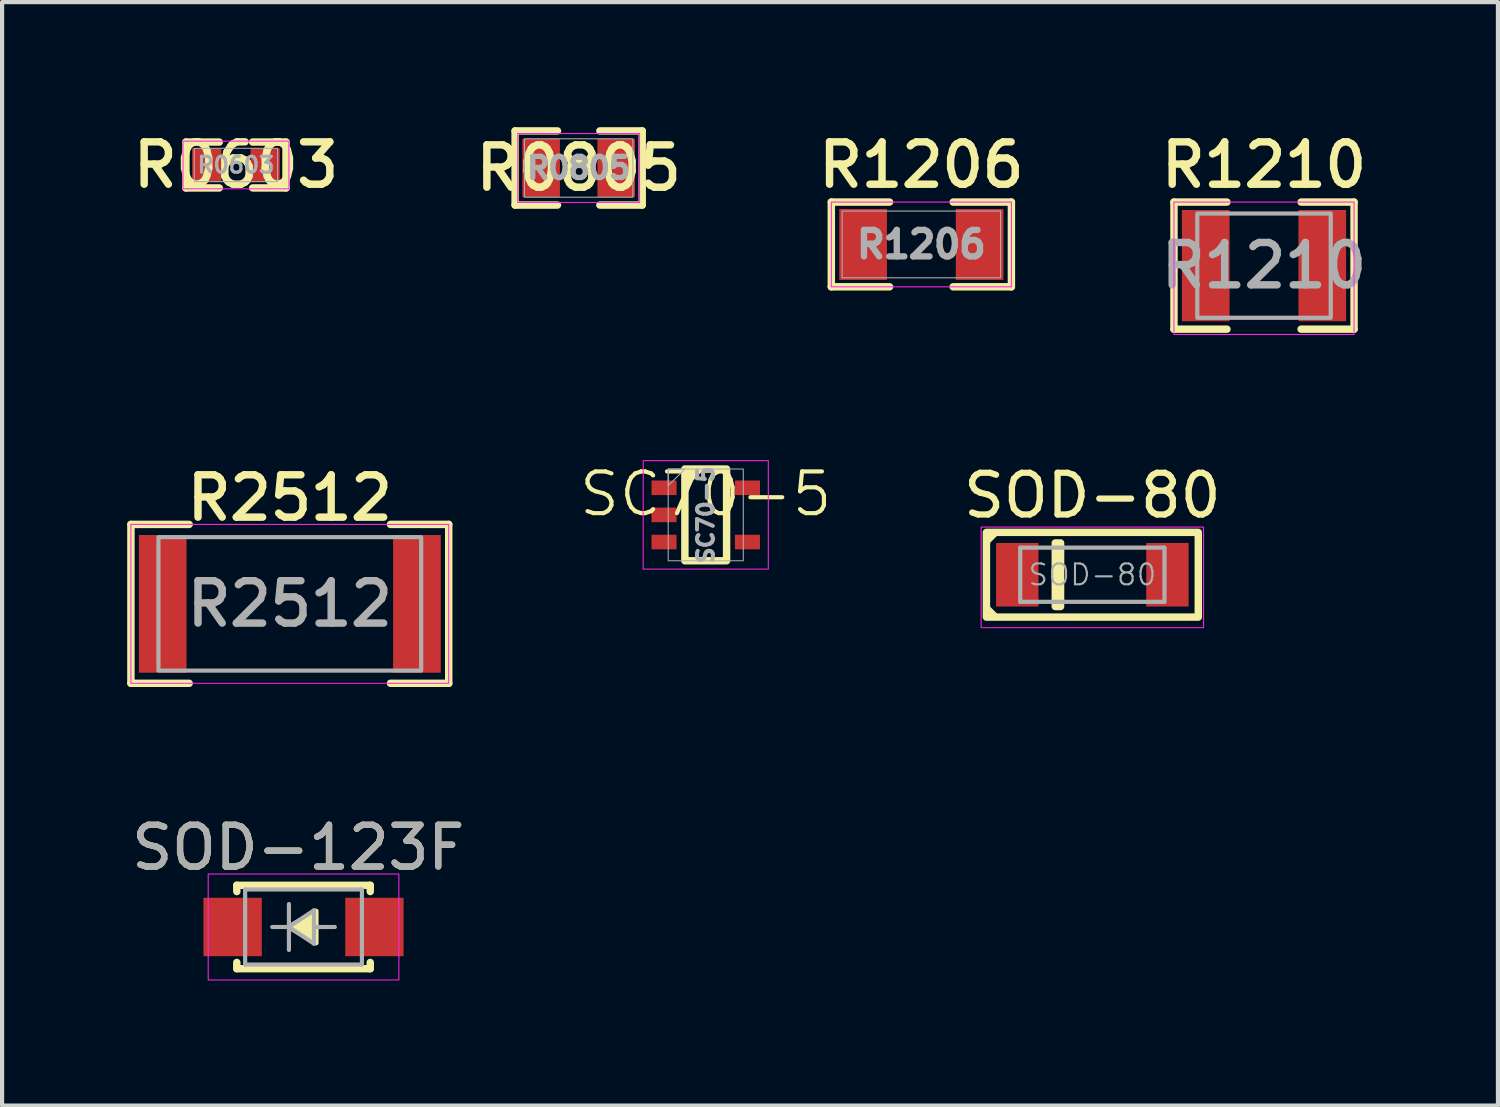
<source format=kicad_pcb>
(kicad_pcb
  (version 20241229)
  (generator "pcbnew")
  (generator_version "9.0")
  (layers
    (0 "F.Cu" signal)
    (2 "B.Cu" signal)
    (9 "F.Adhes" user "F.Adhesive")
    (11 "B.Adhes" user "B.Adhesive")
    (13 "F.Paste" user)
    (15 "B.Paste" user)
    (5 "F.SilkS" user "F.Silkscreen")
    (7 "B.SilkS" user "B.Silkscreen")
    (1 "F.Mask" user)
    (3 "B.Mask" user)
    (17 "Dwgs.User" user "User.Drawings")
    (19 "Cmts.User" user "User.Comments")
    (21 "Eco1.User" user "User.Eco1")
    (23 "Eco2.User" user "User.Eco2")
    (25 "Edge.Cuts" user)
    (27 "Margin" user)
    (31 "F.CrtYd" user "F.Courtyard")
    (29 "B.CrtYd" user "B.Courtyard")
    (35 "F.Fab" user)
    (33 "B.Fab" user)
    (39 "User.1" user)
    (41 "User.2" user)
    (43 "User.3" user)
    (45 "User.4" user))
  (footprint "SOD-123F"
    (layer "F.Cu")
    (at 4.228 19.177)
    (property "Reference" "SOD-123F" (at -0.127 -1.905 0) (layer "F.SilkS") (effects (font (size 1 1) (thickness 0.15))))
    (attr smd)
    (fp_line (start -1.6 -1) (end 1.6 -1) (stroke (width 0.178) (type solid)) (layer "F.SilkS"))
    (fp_line (start -1.6 -0.85) (end -1.6 -1) (stroke (width 0.178) (type solid)) (layer "F.SilkS"))
    (fp_line (start -1.6 1) (end -1.6 0.85) (stroke (width 0.178) (type solid)) (layer "F.SilkS"))
    (fp_line (start 1.6 -1) (end 1.6 -0.85) (stroke (width 0.178) (type solid)) (layer "F.SilkS"))
    (fp_line (start 1.6 0.85) (end 1.6 1) (stroke (width 0.178) (type solid)) (layer "F.SilkS"))
    (fp_line (start 1.6 1) (end -1.6 1) (stroke (width 0.178) (type solid)) (layer "F.SilkS"))
    (fp_poly (pts (xy 0.3 0.381) (xy -0.354 0) (xy 0.3 -0.381)) (stroke (width 0.12) (type solid)) (fill yes) (layer "F.SilkS"))
    (fp_rect (start -2.286 1.27) (end 2.286 -1.27) (stroke (width 0.025) (type solid)) (fill no) (layer "F.CrtYd"))
    (fp_line (start -1.4 -0.9) (end 1.4 -0.9) (stroke (width 0.1) (type solid)) (layer "F.Fab"))
    (fp_line (start -1.4 0.9) (end -1.4 -0.9) (stroke (width 0.1) (type solid)) (layer "F.Fab"))
    (fp_line (start -0.75 0) (end -0.35 0) (stroke (width 0.1) (type solid)) (layer "F.Fab"))
    (fp_line (start -0.35 0) (end -0.35 -0.55) (stroke (width 0.1) (type solid)) (layer "F.Fab"))
    (fp_line (start -0.35 0) (end -0.35 0.55) (stroke (width 0.1) (type solid)) (layer "F.Fab"))
    (fp_line (start -0.35 0) (end 0.25 -0.4) (stroke (width 0.1) (type solid)) (layer "F.Fab"))
    (fp_line (start 0.25 -0.4) (end 0.25 0.4) (stroke (width 0.1) (type solid)) (layer "F.Fab"))
    (fp_line (start 0.25 0) (end 0.75 0) (stroke (width 0.1) (type solid)) (layer "F.Fab"))
    (fp_line (start 0.25 0.4) (end -0.35 0) (stroke (width 0.1) (type solid)) (layer "F.Fab"))
    (fp_line (start 1.4 -0.9) (end 1.4 0.9) (stroke (width 0.1) (type solid)) (layer "F.Fab"))
    (fp_line (start 1.4 0.9) (end -1.4 0.9) (stroke (width 0.1) (type solid)) (layer "F.Fab"))
    (fp_text user "${REFERENCE}" (at -0.127 -1.905 0) (layer "F.Fab") (effects (font (size 1 1) (thickness 0.15))))
    (pad "A" smd rect (at 1.7 0) (size 1.4 1.4) (layers "F.Cu" "F.Mask" "F.Paste"))
    (pad "K" smd rect (at -1.7 0) (size 1.4 1.4) (layers "F.Cu" "F.Mask" "F.Paste")))
  (footprint "R0603"
    (layer "F.Cu")
    (at 2.608 0.906)
    (property "Reference" "R0603" (at 0 0 0) (layer "F.SilkS") (effects (font (size 1.016 1.016) (thickness 0.178))))
    (attr smd)
    (fp_line (start -1.2 -0.55) (end -1.2 0.55) (stroke (width 0.178) (type solid)) (layer "F.SilkS"))
    (fp_line (start -1.2 0.55) (end -0.4 0.55) (stroke (width 0.178) (type solid)) (layer "F.SilkS"))
    (fp_line (start -0.4 -0.55) (end -1.2 -0.55) (stroke (width 0.178) (type solid)) (layer "F.SilkS"))
    (fp_line (start 0.4 0.55) (end 1.2 0.55) (stroke (width 0.178) (type solid)) (layer "F.SilkS"))
    (fp_line (start 1.2 -0.55) (end 0.4 -0.55) (stroke (width 0.178) (type solid)) (layer "F.SilkS"))
    (fp_line (start 1.2 0.55) (end 1.2 -0.55) (stroke (width 0.178) (type solid)) (layer "F.SilkS"))
    (fp_rect (start -1.27 -0.572) (end 1.27 0.572) (stroke (width 0.025) (type solid)) (fill no) (layer "F.CrtYd"))
    (fp_rect (start -1 -0.4) (end 1 0.4) (stroke (width 0.025) (type solid)) (fill no) (layer "F.Fab"))
    (fp_text user "${REFERENCE}" (at 0 0 0) (layer "F.Fab") (effects (font (size 0.381 0.381) (thickness 0.076) (bold yes))))
    (pad "1" smd rect (at -0.7 0) (size 0.7 0.8) (layers "F.Cu" "F.Mask" "F.Paste"))
    (pad "2" smd rect (at 0.7 0) (size 0.7 0.8) (layers "F.Cu" "F.Mask" "F.Paste"))
    (zone (net_name "") (layer "F.Cu") (hatch edge 0.5) (connect_pads) (min_thickness 0.25) (filled_areas_thickness no) (keepout (tracks allowed) (vias allowed) (pads allowed) (copperpour not_allowed) (footprints allowed)) (placement (enabled no)) (fill) (polygon (pts (xy 2.408 0.406) (xy 2.408 1.406) (xy 2.808 1.406) (xy 2.808 0.406)))))
  (footprint "R2512"
    (layer "F.Cu")
    (at 3.899 11.429)
    (property "Reference" "R2512" (at 0 -2.54 0) (unlocked yes) (layer "F.SilkS") (effects (font (size 1.016 1.016) (thickness 0.178))))
    (attr smd)
    (fp_line (start -3.81 -1.905) (end -2.413 -1.905) (stroke (width 0.178) (type solid)) (layer "F.SilkS"))
    (fp_line (start -3.81 1.905) (end -3.81 -1.905) (stroke (width 0.178) (type solid)) (layer "F.SilkS"))
    (fp_line (start -3.81 1.905) (end -2.413 1.905) (stroke (width 0.178) (type solid)) (layer "F.SilkS"))
    (fp_line (start 2.413 -1.905) (end 3.81 -1.905) (stroke (width 0.178) (type solid)) (layer "F.SilkS"))
    (fp_line (start 2.413 1.905) (end 3.81 1.905) (stroke (width 0.178) (type solid)) (layer "F.SilkS"))
    (fp_line (start 3.81 1.905) (end 3.81 -1.905) (stroke (width 0.178) (type solid)) (layer "F.SilkS"))
    (fp_rect (start -3.81 1.905) (end 3.81 -1.905) (stroke (width 0.025) (type solid)) (fill no) (layer "F.CrtYd"))
    (fp_rect (start -3.15 -1.6) (end 3.15 1.6) (stroke (width 0.1) (type solid)) (fill no) (layer "F.Fab"))
    (fp_text user "${REFERENCE}" (at 0 0 0) (unlocked yes) (layer "F.Fab") (effects (font (size 1.016 1.016) (thickness 0.178))))
    (pad "1" smd rect (at -3.048 0) (size 1.143 3.302) (layers "F.Cu" "F.Mask" "F.Paste"))
    (pad "2" smd rect (at 3.048 0) (size 1.143 3.302) (layers "F.Cu" "F.Mask" "F.Paste")))
  (footprint "R1210"
    (layer "F.Cu")
    (at 27.258 3.319)
    (property "Reference" "R1210" (at 0 -2.413 0) (layer "F.SilkS") (effects (font (size 1.016 1.016) (thickness 0.178))))
    (attr smd)
    (fp_line (start -2.159 -1.524) (end -0.889 -1.524) (stroke (width 0.178) (type solid)) (layer "F.SilkS"))
    (fp_line (start -2.159 1.524) (end -2.159 -1.524) (stroke (width 0.178) (type solid)) (layer "F.SilkS"))
    (fp_line (start -2.159 1.524) (end -0.889 1.524) (stroke (width 0.178) (type solid)) (layer "F.SilkS"))
    (fp_line (start 0.889 -1.524) (end 2.159 -1.524) (stroke (width 0.178) (type solid)) (layer "F.SilkS"))
    (fp_line (start 0.889 1.524) (end 2.159 1.524) (stroke (width 0.178) (type solid)) (layer "F.SilkS"))
    (fp_line (start 2.159 1.524) (end 2.159 -1.524) (stroke (width 0.178) (type solid)) (layer "F.SilkS"))
    (fp_rect (start -2.159 -1.524) (end 2.159 1.651) (stroke (width 0.025) (type solid)) (fill no) (layer "F.CrtYd"))
    (fp_rect (start -1.6 -1.25) (end 1.6 1.25) (stroke (width 0.1) (type solid)) (fill no) (layer "F.Fab"))
    (fp_text user "${REFERENCE}" (at 0 0 0) (layer "F.Fab") (effects (font (size 1.016 1.016) (thickness 0.178))))
    (pad "1" smd rect (at -1.397 0) (size 1.143 2.667) (layers "F.Cu" "F.Mask" "F.Paste"))
    (pad "2" smd rect (at 1.397 0) (size 1.143 2.667) (layers "F.Cu" "F.Mask" "F.Paste")))
  (footprint "R0805"
    (layer "F.Cu")
    (at 10.825 0.978)
    (property "Reference" "R0805" (at 0 0 0) (layer "F.SilkS") (effects (font (size 1.016 1.016) (thickness 0.178))))
    (attr smd)
    (fp_line (start -1.524 -0.889) (end -1.524 0.889) (stroke (width 0.178) (type solid)) (layer "F.SilkS"))
    (fp_line (start -1.524 -0.889) (end -0.508 -0.889) (stroke (width 0.178) (type solid)) (layer "F.SilkS"))
    (fp_line (start -1.524 0.889) (end -0.508 0.889) (stroke (width 0.178) (type solid)) (layer "F.SilkS"))
    (fp_line (start 0.508 -0.889) (end 1.524 -0.889) (stroke (width 0.178) (type solid)) (layer "F.SilkS"))
    (fp_line (start 0.508 0.889) (end 1.524 0.889) (stroke (width 0.178) (type solid)) (layer "F.SilkS"))
    (fp_line (start 1.524 -0.889) (end 1.524 0.889) (stroke (width 0.178) (type solid)) (layer "F.SilkS"))
    (fp_rect (start -1.46 -0.826) (end 1.46 0.826) (stroke (width 0.025) (type solid)) (fill no) (layer "F.CrtYd"))
    (fp_rect (start -1.3 -0.7) (end 1.3 0.7) (stroke (width 0.025) (type solid)) (fill no) (layer "F.Fab"))
    (fp_text user "${REFERENCE}" (at 0 0 0) (layer "F.Fab") (effects (font (size 0.508 0.508) (thickness 0.127))))
    (pad "1" smd rect (at -0.9 0) (size 0.9 1.4) (layers "F.Cu" "F.Mask" "F.Paste"))
    (pad "2" smd rect (at 0.9 0) (size 0.9 1.4) (layers "F.Cu" "F.Mask" "F.Paste"))
    (zone (net_name "") (layer "F.Cu") (hatch full 0.5) (connect_pads) (min_thickness 0.25) (filled_areas_thickness no) (keepout (tracks allowed) (vias allowed) (pads allowed) (copperpour not_allowed) (footprints allowed)) (placement (enabled no)) (fill) (polygon (pts (xy 10.625 0.278) (xy 10.625 1.678) (xy 11.025 1.678) (xy 11.025 0.278)))))
  (footprint "R1206"
    (layer "F.Cu")
    (at 19.042 2.811)
    (property "Reference" "R1206" (at 0 -1.905 0) (layer "F.SilkS") (effects (font (size 1.016 1.016) (thickness 0.178))))
    (attr smd exclude_from_pos_files)
    (fp_line (start -2.159 -1.016) (end -2.159 1.016) (stroke (width 0.178) (type solid)) (layer "F.SilkS"))
    (fp_line (start -0.762 -1.016) (end -2.159 -1.016) (stroke (width 0.178) (type solid)) (layer "F.SilkS"))
    (fp_line (start -0.762 1.016) (end -2.159 1.016) (stroke (width 0.178) (type solid)) (layer "F.SilkS"))
    (fp_line (start 2.159 -1.016) (end 0.762 -1.016) (stroke (width 0.178) (type solid)) (layer "F.SilkS"))
    (fp_line (start 2.159 -1.016) (end 2.159 1.016) (stroke (width 0.178) (type solid)) (layer "F.SilkS"))
    (fp_line (start 2.159 1.016) (end 0.762 1.016) (stroke (width 0.178) (type solid)) (layer "F.SilkS"))
    (fp_rect (start -2.159 -1.016) (end 2.159 1.016) (stroke (width 0.025) (type solid)) (fill no) (layer "F.CrtYd"))
    (fp_rect (start -1.9 -0.8) (end 1.9 0.8) (stroke (width 0.025) (type solid)) (fill no) (layer "F.Fab"))
    (fp_text user "${REFERENCE}" (at 0 0 0) (layer "F.Fab") (effects (font (size 0.635 0.635) (thickness 0.152) (bold yes))))
    (pad "1" smd rect (at -1.397 0) (size 1.143 1.702) (layers "F.Cu" "F.Mask" "F.Paste"))
    (pad "2" smd rect (at 1.397 0) (size 1.143 1.702) (layers "F.Cu" "F.Mask" "F.Paste")))
  (footprint "SC70-5"
    (layer "F.Cu")
    (at 13.872 9.296)
    (property "Reference" "SC70-5" (at 0 -0.5 0) (unlocked yes) (layer "F.SilkS") (effects (font (size 1 1) (thickness 0.1))))
    (attr smd)
    (fp_rect (start -0.5 -1.1) (end 0.5 1.1) (stroke (width 0.178) (type default)) (fill no) (layer "F.SilkS"))
    (fp_poly (pts (xy -0.5 -1.1) (xy -0.5 -0.7) (xy -0.1 -1.1)) (stroke (width 0.1) (type solid)) (fill yes) (layer "F.SilkS"))
    (fp_rect (start -1.5 -1.3) (end 1.5 1.3) (stroke (width 0.025) (type default)) (fill no) (layer "F.CrtYd"))
    (fp_rect (start -0.9 -1.1) (end 0.9 1.1) (stroke (width 0.025) (type solid)) (fill no) (layer "F.Fab"))
    (fp_poly (pts (xy -0.9 -1.1) (xy -0.9 -0.7) (xy -0.5 -1.1)) (stroke (width 0.025) (type solid)) (fill no) (layer "F.Fab"))
    (fp_text user "${REFERENCE}" (at 0 0 90) (unlocked yes) (layer "F.Fab") (effects (font (size 0.381 0.381) (thickness 0.095))))
    (pad "1" smd rect (at -1 -0.65) (size 0.6 0.35) (layers "F.Cu" "F.Mask" "F.Paste"))
    (pad "2" smd rect (at -1 0) (size 0.6 0.35) (layers "F.Cu" "F.Mask" "F.Paste"))
    (pad "3" smd rect (at -1 0.65) (size 0.6 0.35) (layers "F.Cu" "F.Mask" "F.Paste"))
    (pad "4" smd rect (at 1 0.65) (size 0.6 0.35) (layers "F.Cu" "F.Mask" "F.Paste"))
    (pad "5" smd rect (at 1 -0.65) (size 0.6 0.35) (layers "F.Cu" "F.Mask" "F.Paste")))
  (footprint "SOD-80"
    (layer "F.Cu")
    (at 23.142 10.731)
    (property "Reference" "SOD-80" (at 0 -1.9 0) (layer "F.SilkS") (effects (font (size 1 1) (thickness 0.15))))
    (attr smd)
    (fp_line (start -2.54 0.762) (end -2.286 1.016) (stroke (width 0.12) (type solid)) (layer "F.SilkS"))
    (fp_line (start -2.286 -1.016) (end -2.54 -0.762) (stroke (width 0.12) (type solid)) (layer "F.SilkS"))
    (fp_rect (start -2.54 1.016) (end 2.54 -1.016) (stroke (width 0.178) (type solid)) (fill no) (layer "F.SilkS"))
    (fp_rect (start -0.889 -0.762) (end -0.762 0.762) (stroke (width 0.178) (type solid)) (fill no) (layer "F.SilkS"))
    (fp_rect (start -2.667 -1.143) (end 2.667 1.27) (stroke (width 0.025) (type solid)) (fill no) (layer "F.CrtYd"))
    (fp_line (start -1.73 -0.65) (end -1.73 0.65) (stroke (width 0.1) (type solid)) (layer "F.Fab"))
    (fp_line (start -1.725 -0.65) (end 1.725 -0.65) (stroke (width 0.1) (type solid)) (layer "F.Fab"))
    (fp_line (start -1.725 0.65) (end 1.725 0.65) (stroke (width 0.1) (type solid)) (layer "F.Fab"))
    (fp_line (start 1.73 -0.65) (end 1.73 0.65) (stroke (width 0.1) (type solid)) (layer "F.Fab"))
    (fp_text user "${REFERENCE}" (at 0 0 0) (layer "F.Fab") (effects (font (size 0.5 0.5) (thickness 0.05))))
    (pad "A" smd rect (at 1.8 0) (size 1.016 1.524) (layers "F.Cu" "F.Mask" "F.Paste"))
    (pad "K" smd rect (at -1.8 0) (size 1.016 1.524) (layers "F.Cu" "F.Mask" "F.Paste")))
  (gr_rect
    (start -3 -3)
    (end 32.867 23.459)
    (stroke (width 0.1) (type default))
    (fill no)
    (layer "Edge.Cuts")))
</source>
